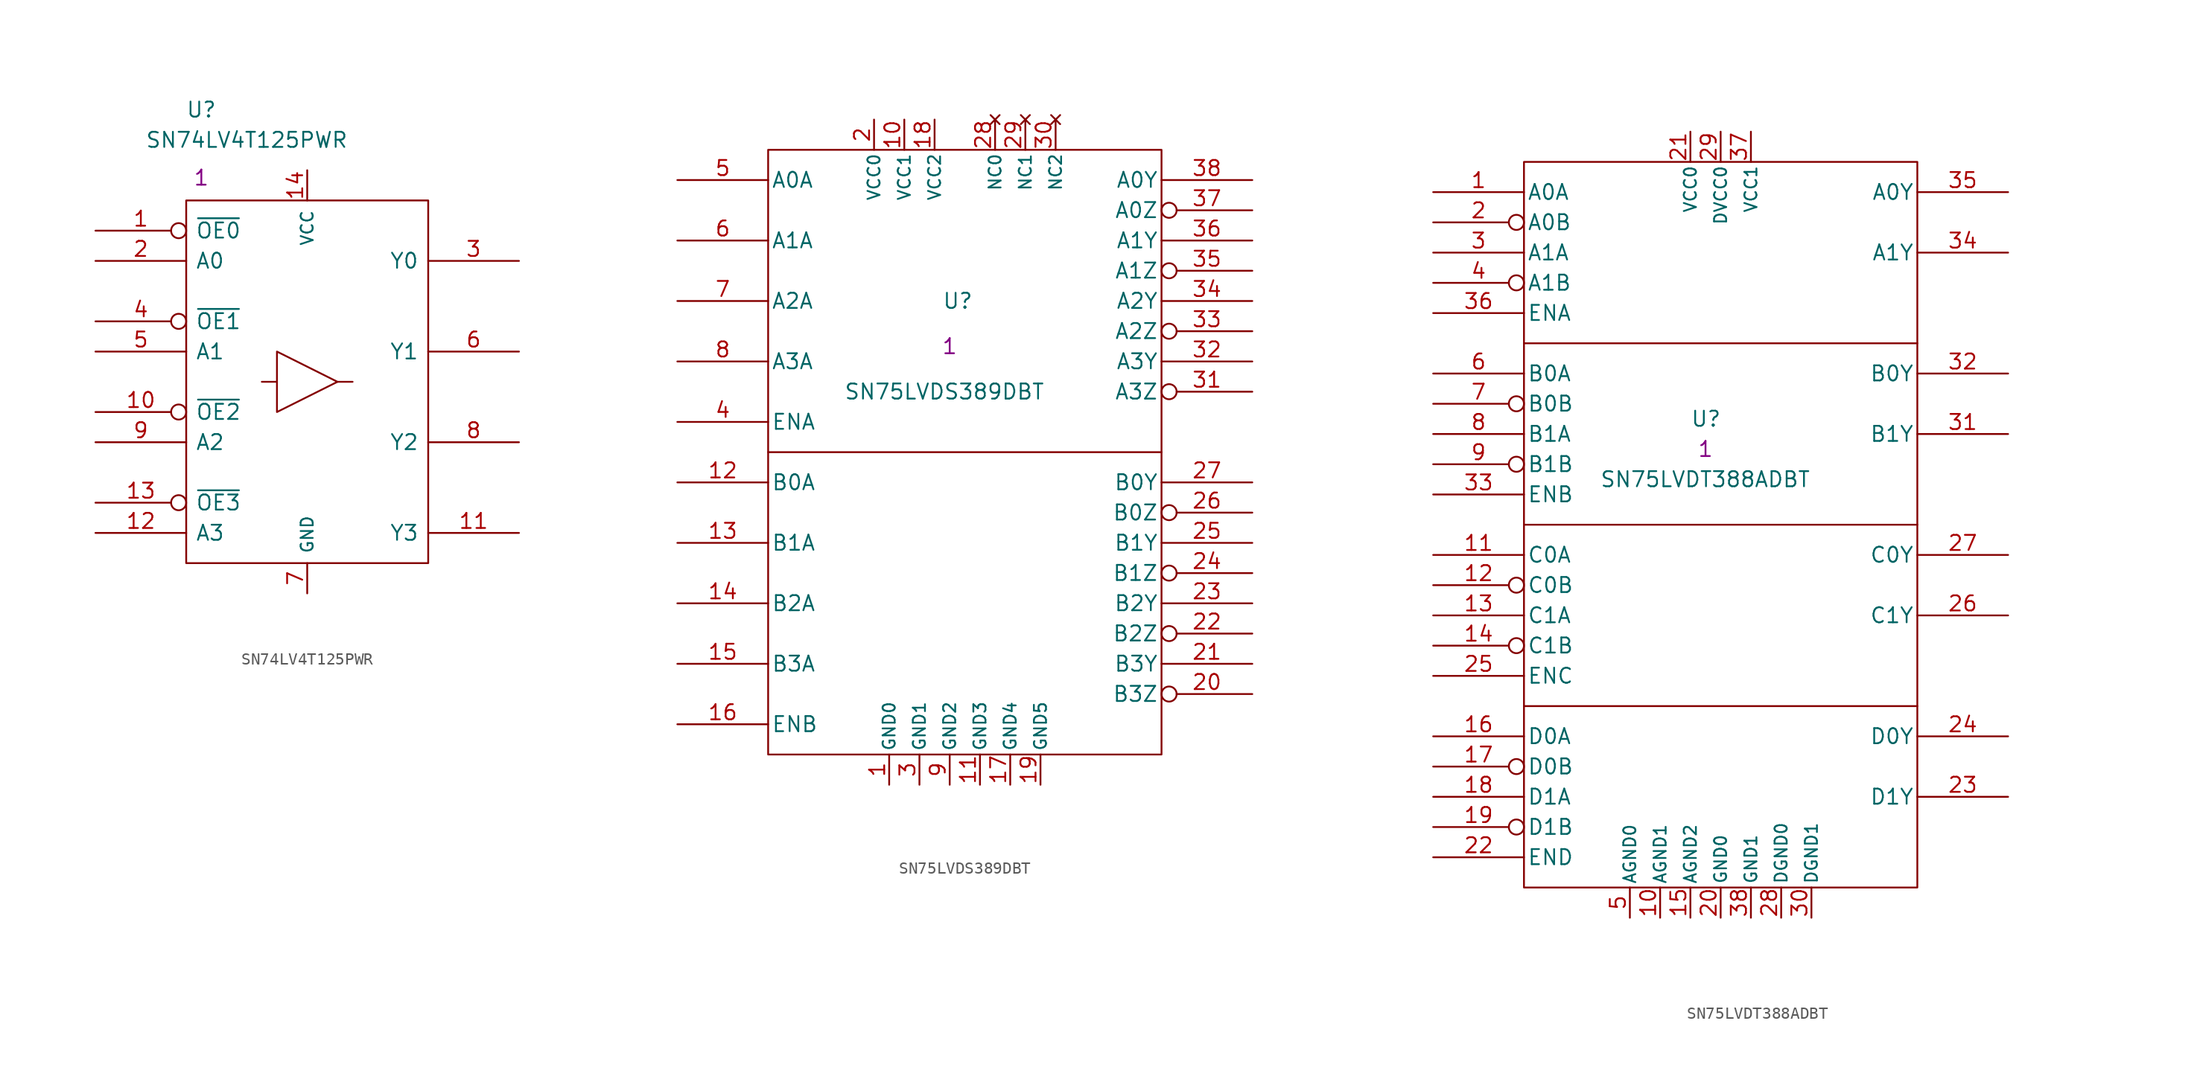
<source format=kicad_sym>
(kicad_symbol_lib
  (version 20211014)
  (generator kicad_symbol_editor)
  (symbol "SN74LV4T125PWR"
    (pin_names
      (offset 0.762))
    (property "Reference" "U"
      (at 8.89 10.16 0)
      (effects (font (size 1.27 1.27))))
    (property "Value" "SN74LV4T125PWR"
      (at 12.7 7.62 0)
      (effects (font (size 1.27 1.27))))
    (property "Datasheet" ""
      (at 0 -2.54 0)
      (effects (font (size 1.27 1.27))))
    (property "Qty" "1"
      (at 8.89 4.445 0)
      (effects (font (size 1.27 1.27))))
    (property "Height" ""
      (at 0 0 0)
      (effects (font (size 1.27 1.27))))
    (symbol "SN74LV4T125PWR_0_0"
      (pin power_in line (at 17.78 5.08 270) (length 2.54) (name "VCC" (effects (font (size 1.016 1.016)))) (number "14" (effects (font (size 1.27 1.27)))))
      (pin power_in line (at 17.78 -30.48 90) (length 2.54) (name "GND" (effects (font (size 1.016 1.016)))) (number "7" (effects (font (size 1.27 1.27))))))
    (symbol "SN74LV4T125PWR_0_1"
      (polyline (pts (xy 15.24 -12.7) (xy 13.97 -12.7)) (stroke (width 0) (type default) (color 0 0 0 0)) (fill (type none)))
      (polyline (pts (xy 20.32 -12.7) (xy 21.59 -12.7)) (stroke (width 0) (type default) (color 0 0 0 0)) (fill (type none)))
      (polyline (pts (xy 15.24 -10.16) (xy 15.24 -15.24) (xy 20.32 -12.7) (xy 15.24 -10.16)) (stroke (width 0) (type default) (color 0 0 0 0)) (fill (type none)))
      (rectangle (start 7.62 2.54) (end 27.94 -27.94) (stroke (width 0) (type default) (color 0 0 0 0)) (fill (type none))))
    (symbol "SN74LV4T125PWR_1_1"
      (pin input inverted (at 0 0 0) (length 7.62) (name "~{OE0}" (effects (font (size 1.27 1.27)))) (number "1" (effects (font (size 1.27 1.27)))))
      (pin input inverted (at 0 -15.24 0) (length 7.62) (name "~{OE2}" (effects (font (size 1.27 1.27)))) (number "10" (effects (font (size 1.27 1.27)))))
      (pin tri_state line (at 35.56 -25.4 180) (length 7.62) (name "Y3" (effects (font (size 1.27 1.27)))) (number "11" (effects (font (size 1.27 1.27)))))
      (pin input line (at 0 -25.4 0) (length 7.62) (name "A3" (effects (font (size 1.27 1.27)))) (number "12" (effects (font (size 1.27 1.27)))))
      (pin input inverted (at 0 -22.86 0) (length 7.62) (name "~{OE3}" (effects (font (size 1.27 1.27)))) (number "13" (effects (font (size 1.27 1.27)))))
      (pin input line (at 0 -2.54 0) (length 7.62) (name "A0" (effects (font (size 1.27 1.27)))) (number "2" (effects (font (size 1.27 1.27)))))
      (pin tri_state line (at 35.56 -2.54 180) (length 7.62) (name "Y0" (effects (font (size 1.27 1.27)))) (number "3" (effects (font (size 1.27 1.27)))))
      (pin input inverted (at 0 -7.62 0) (length 7.62) (name "~{OE1}" (effects (font (size 1.27 1.27)))) (number "4" (effects (font (size 1.27 1.27)))))
      (pin input line (at 0 -10.16 0) (length 7.62) (name "A1" (effects (font (size 1.27 1.27)))) (number "5" (effects (font (size 1.27 1.27)))))
      (pin tri_state line (at 35.56 -10.16 180) (length 7.62) (name "Y1" (effects (font (size 1.27 1.27)))) (number "6" (effects (font (size 1.27 1.27)))))
      (pin tri_state line (at 35.56 -17.78 180) (length 7.62) (name "Y2" (effects (font (size 1.27 1.27)))) (number "8" (effects (font (size 1.27 1.27)))))
      (pin input line (at 0 -17.78 0) (length 7.62) (name "A2" (effects (font (size 1.27 1.27)))) (number "9" (effects (font (size 1.27 1.27)))))))
  (symbol "SN75LVDS389DBT"
    (pin_names
      (offset 0.254))
    (property "Reference" "U"
      (at 22.225 -10.16 0)
      (effects (font (size 1.27 1.27)) (justify left)))
    (property "Value" "SN75LVDS389DBT"
      (at 13.97 -17.78 0)
      (effects (font (size 1.27 1.27)) (justify left)))
    (property "Datasheet" ""
      (at 0 0 0)
      (effects (font (size 1.27 1.27))))
    (property "Qty" "1"
      (at 22.86 -13.97 0)
      (effects (font (size 1.27 1.27))))
    (property "Height" ""
      (at 0 0 0)
      (effects (font (size 1.27 1.27))))
    (symbol "SN75LVDS389DBT_0_0"
      (pin power_in line (at 17.78 -50.8 90) (length 2.54) (name "GND0" (effects (font (size 1.016 1.016)))) (number "1" (effects (font (size 1.27 1.27)))))
      (pin power_in line (at 19.05 5.08 270) (length 2.54) (name "VCC1" (effects (font (size 1.016 1.016)))) (number "10" (effects (font (size 1.27 1.27)))))
      (pin power_in line (at 25.4 -50.8 90) (length 2.54) (name "GND3" (effects (font (size 1.016 1.016)))) (number "11" (effects (font (size 1.27 1.27)))))
      (pin power_in line (at 27.94 -50.8 90) (length 2.54) (name "GND4" (effects (font (size 1.016 1.016)))) (number "17" (effects (font (size 1.27 1.27)))))
      (pin power_in line (at 21.59 5.08 270) (length 2.54) (name "VCC2" (effects (font (size 1.016 1.016)))) (number "18" (effects (font (size 1.27 1.27)))))
      (pin power_in line (at 30.48 -50.8 90) (length 2.54) (name "GND5" (effects (font (size 1.016 1.016)))) (number "19" (effects (font (size 1.27 1.27)))))
      (pin power_in line (at 16.51 5.08 270) (length 2.54) (name "VCC0" (effects (font (size 1.016 1.016)))) (number "2" (effects (font (size 1.27 1.27)))))
      (pin no_connect line (at 26.67 5.08 270) (length 2.54) (name "NC0" (effects (font (size 1.016 1.016)))) (number "28" (effects (font (size 1.27 1.27)))))
      (pin no_connect line (at 29.21 5.08 270) (length 2.54) (name "NC1" (effects (font (size 1.016 1.016)))) (number "29" (effects (font (size 1.27 1.27)))))
      (pin power_in line (at 20.32 -50.8 90) (length 2.54) (name "GND1" (effects (font (size 1.016 1.016)))) (number "3" (effects (font (size 1.27 1.27)))))
      (pin no_connect line (at 31.75 5.08 270) (length 2.54) (name "NC2" (effects (font (size 1.016 1.016)))) (number "30" (effects (font (size 1.27 1.27)))))
      (pin power_in line (at 22.86 -50.8 90) (length 2.54) (name "GND2" (effects (font (size 1.016 1.016)))) (number "9" (effects (font (size 1.27 1.27))))))
    (symbol "SN75LVDS389DBT_0_1"
      (polyline (pts (xy 7.62 -22.86) (xy 40.64 -22.86)) (stroke (width 0) (type default) (color 0 0 0 0)) (fill (type none)))
      (rectangle (start 7.62 2.54) (end 40.64 -48.26) (stroke (width 0) (type default) (color 0 0 0 0)) (fill (type none))))
    (symbol "SN75LVDS389DBT_1_1"
      (pin input line (at 0 -25.4 0) (length 7.62) (name "B0A" (effects (font (size 1.27 1.27)))) (number "12" (effects (font (size 1.27 1.27)))))
      (pin input line (at 0 -30.48 0) (length 7.62) (name "B1A" (effects (font (size 1.27 1.27)))) (number "13" (effects (font (size 1.27 1.27)))))
      (pin input line (at 0 -35.56 0) (length 7.62) (name "B2A" (effects (font (size 1.27 1.27)))) (number "14" (effects (font (size 1.27 1.27)))))
      (pin input line (at 0 -40.64 0) (length 7.62) (name "B3A" (effects (font (size 1.27 1.27)))) (number "15" (effects (font (size 1.27 1.27)))))
      (pin input line (at 0 -45.72 0) (length 7.62) (name "ENB" (effects (font (size 1.27 1.27)))) (number "16" (effects (font (size 1.27 1.27)))))
      (pin tri_state inverted (at 48.26 -43.18 180) (length 7.62) (name "B3Z" (effects (font (size 1.27 1.27)))) (number "20" (effects (font (size 1.27 1.27)))))
      (pin tri_state line (at 48.26 -40.64 180) (length 7.62) (name "B3Y" (effects (font (size 1.27 1.27)))) (number "21" (effects (font (size 1.27 1.27)))))
      (pin tri_state inverted (at 48.26 -38.1 180) (length 7.62) (name "B2Z" (effects (font (size 1.27 1.27)))) (number "22" (effects (font (size 1.27 1.27)))))
      (pin tri_state line (at 48.26 -35.56 180) (length 7.62) (name "B2Y" (effects (font (size 1.27 1.27)))) (number "23" (effects (font (size 1.27 1.27)))))
      (pin tri_state inverted (at 48.26 -33.02 180) (length 7.62) (name "B1Z" (effects (font (size 1.27 1.27)))) (number "24" (effects (font (size 1.27 1.27)))))
      (pin tri_state line (at 48.26 -30.48 180) (length 7.62) (name "B1Y" (effects (font (size 1.27 1.27)))) (number "25" (effects (font (size 1.27 1.27)))))
      (pin tri_state inverted (at 48.26 -27.94 180) (length 7.62) (name "B0Z" (effects (font (size 1.27 1.27)))) (number "26" (effects (font (size 1.27 1.27)))))
      (pin tri_state line (at 48.26 -25.4 180) (length 7.62) (name "B0Y" (effects (font (size 1.27 1.27)))) (number "27" (effects (font (size 1.27 1.27)))))
      (pin tri_state inverted (at 48.26 -17.78 180) (length 7.62) (name "A3Z" (effects (font (size 1.27 1.27)))) (number "31" (effects (font (size 1.27 1.27)))))
      (pin tri_state line (at 48.26 -15.24 180) (length 7.62) (name "A3Y" (effects (font (size 1.27 1.27)))) (number "32" (effects (font (size 1.27 1.27)))))
      (pin tri_state inverted (at 48.26 -12.7 180) (length 7.62) (name "A2Z" (effects (font (size 1.27 1.27)))) (number "33" (effects (font (size 1.27 1.27)))))
      (pin tri_state line (at 48.26 -10.16 180) (length 7.62) (name "A2Y" (effects (font (size 1.27 1.27)))) (number "34" (effects (font (size 1.27 1.27)))))
      (pin tri_state inverted (at 48.26 -7.62 180) (length 7.62) (name "A1Z" (effects (font (size 1.27 1.27)))) (number "35" (effects (font (size 1.27 1.27)))))
      (pin tri_state line (at 48.26 -5.08 180) (length 7.62) (name "A1Y" (effects (font (size 1.27 1.27)))) (number "36" (effects (font (size 1.27 1.27)))))
      (pin tri_state inverted (at 48.26 -2.54 180) (length 7.62) (name "A0Z" (effects (font (size 1.27 1.27)))) (number "37" (effects (font (size 1.27 1.27)))))
      (pin tri_state line (at 48.26 0 180) (length 7.62) (name "A0Y" (effects (font (size 1.27 1.27)))) (number "38" (effects (font (size 1.27 1.27)))))
      (pin input line (at 0 -20.32 0) (length 7.62) (name "ENA" (effects (font (size 1.27 1.27)))) (number "4" (effects (font (size 1.27 1.27)))))
      (pin input line (at 0 0 0) (length 7.62) (name "A0A" (effects (font (size 1.27 1.27)))) (number "5" (effects (font (size 1.27 1.27)))))
      (pin input line (at 0 -5.08 0) (length 7.62) (name "A1A" (effects (font (size 1.27 1.27)))) (number "6" (effects (font (size 1.27 1.27)))))
      (pin input line (at 0 -10.16 0) (length 7.62) (name "A2A" (effects (font (size 1.27 1.27)))) (number "7" (effects (font (size 1.27 1.27)))))
      (pin input line (at 0 -15.24 0) (length 7.62) (name "A3A" (effects (font (size 1.27 1.27)))) (number "8" (effects (font (size 1.27 1.27)))))))
  (symbol "SN75LVDT388ADBT"
    (pin_names
      (offset 0.254))
    (property "Reference" "U"
      (at 21.59 -19.05 0)
      (effects (font (size 1.27 1.27)) (justify left)))
    (property "Value" "SN75LVDT388ADBT"
      (at 13.97 -24.13 0)
      (effects (font (size 1.27 1.27)) (justify left)))
    (property "Datasheet" ""
      (at 54.61 0 0)
      (effects (font (size 1.27 1.27))))
    (property "Qty" "1"
      (at 22.86 -21.59 0)
      (effects (font (size 1.27 1.27))))
    (property "Height" ""
      (at 0 0 0)
      (effects (font (size 1.27 1.27))))
    (symbol "SN75LVDT388ADBT_0_0"
      (pin power_in line (at 19.05 -60.96 90) (length 2.54) (name "AGND1" (effects (font (size 1.016 1.016)))) (number "10" (effects (font (size 1.27 1.27)))))
      (pin power_in line (at 21.59 -60.96 90) (length 2.54) (name "AGND2" (effects (font (size 1.016 1.016)))) (number "15" (effects (font (size 1.27 1.27)))))
      (pin power_in line (at 24.13 -60.96 90) (length 2.54) (name "GND0" (effects (font (size 1.016 1.016)))) (number "20" (effects (font (size 1.27 1.27)))))
      (pin power_in line (at 21.59 5.08 270) (length 2.54) (name "VCC0" (effects (font (size 1.016 1.016)))) (number "21" (effects (font (size 1.27 1.27)))))
      (pin power_in line (at 29.21 -60.96 90) (length 2.54) (name "DGND0" (effects (font (size 1.016 1.016)))) (number "28" (effects (font (size 1.27 1.27)))))
      (pin power_in line (at 24.13 5.08 270) (length 2.54) (name "DVCC0" (effects (font (size 1.016 1.016)))) (number "29" (effects (font (size 1.27 1.27)))))
      (pin power_in line (at 31.75 -60.96 90) (length 2.54) (name "DGND1" (effects (font (size 1.016 1.016)))) (number "30" (effects (font (size 1.27 1.27)))))
      (pin power_in line (at 26.67 5.08 270) (length 2.54) (name "VCC1" (effects (font (size 1.016 1.016)))) (number "37" (effects (font (size 1.27 1.27)))))
      (pin power_in line (at 26.67 -60.96 90) (length 2.54) (name "GND1" (effects (font (size 1.016 1.016)))) (number "38" (effects (font (size 1.27 1.27)))))
      (pin power_in line (at 16.51 -60.96 90) (length 2.54) (name "AGND0" (effects (font (size 1.016 1.016)))) (number "5" (effects (font (size 1.27 1.27))))))
    (symbol "SN75LVDT388ADBT_0_1"
      (polyline (pts (xy 7.62 -43.18) (xy 40.64 -43.18)) (stroke (width 0) (type default) (color 0 0 0 0)) (fill (type none)))
      (polyline (pts (xy 7.62 -27.94) (xy 40.64 -27.94)) (stroke (width 0) (type default) (color 0 0 0 0)) (fill (type none)))
      (polyline (pts (xy 7.62 -12.7) (xy 40.64 -12.7)) (stroke (width 0) (type default) (color 0 0 0 0)) (fill (type none)))
      (rectangle (start 7.62 2.54) (end 40.64 -58.42) (stroke (width 0) (type default) (color 0 0 0 0)) (fill (type none))))
    (symbol "SN75LVDT388ADBT_1_1"
      (pin input line (at 0 0 0) (length 7.62) (name "A0A" (effects (font (size 1.27 1.27)))) (number "1" (effects (font (size 1.27 1.27)))))
      (pin input line (at 0 -30.48 0) (length 7.62) (name "C0A" (effects (font (size 1.27 1.27)))) (number "11" (effects (font (size 1.27 1.27)))))
      (pin input inverted (at 0 -33.02 0) (length 7.62) (name "C0B" (effects (font (size 1.27 1.27)))) (number "12" (effects (font (size 1.27 1.27)))))
      (pin input line (at 0 -35.56 0) (length 7.62) (name "C1A" (effects (font (size 1.27 1.27)))) (number "13" (effects (font (size 1.27 1.27)))))
      (pin input inverted (at 0 -38.1 0) (length 7.62) (name "C1B" (effects (font (size 1.27 1.27)))) (number "14" (effects (font (size 1.27 1.27)))))
      (pin input line (at 0 -45.72 0) (length 7.62) (name "D0A" (effects (font (size 1.27 1.27)))) (number "16" (effects (font (size 1.27 1.27)))))
      (pin input inverted (at 0 -48.26 0) (length 7.62) (name "D0B" (effects (font (size 1.27 1.27)))) (number "17" (effects (font (size 1.27 1.27)))))
      (pin input line (at 0 -50.8 0) (length 7.62) (name "D1A" (effects (font (size 1.27 1.27)))) (number "18" (effects (font (size 1.27 1.27)))))
      (pin input inverted (at 0 -53.34 0) (length 7.62) (name "D1B" (effects (font (size 1.27 1.27)))) (number "19" (effects (font (size 1.27 1.27)))))
      (pin input inverted (at 0 -2.54 0) (length 7.62) (name "A0B" (effects (font (size 1.27 1.27)))) (number "2" (effects (font (size 1.27 1.27)))))
      (pin input line (at 0 -55.88 0) (length 7.62) (name "END" (effects (font (size 1.27 1.27)))) (number "22" (effects (font (size 1.27 1.27)))))
      (pin tri_state line (at 48.26 -50.8 180) (length 7.62) (name "D1Y" (effects (font (size 1.27 1.27)))) (number "23" (effects (font (size 1.27 1.27)))))
      (pin tri_state line (at 48.26 -45.72 180) (length 7.62) (name "D0Y" (effects (font (size 1.27 1.27)))) (number "24" (effects (font (size 1.27 1.27)))))
      (pin input line (at 0 -40.64 0) (length 7.62) (name "ENC" (effects (font (size 1.27 1.27)))) (number "25" (effects (font (size 1.27 1.27)))))
      (pin tri_state line (at 48.26 -35.56 180) (length 7.62) (name "C1Y" (effects (font (size 1.27 1.27)))) (number "26" (effects (font (size 1.27 1.27)))))
      (pin tri_state line (at 48.26 -30.48 180) (length 7.62) (name "C0Y" (effects (font (size 1.27 1.27)))) (number "27" (effects (font (size 1.27 1.27)))))
      (pin input line (at 0 -5.08 0) (length 7.62) (name "A1A" (effects (font (size 1.27 1.27)))) (number "3" (effects (font (size 1.27 1.27)))))
      (pin tri_state line (at 48.26 -20.32 180) (length 7.62) (name "B1Y" (effects (font (size 1.27 1.27)))) (number "31" (effects (font (size 1.27 1.27)))))
      (pin tri_state line (at 48.26 -15.24 180) (length 7.62) (name "B0Y" (effects (font (size 1.27 1.27)))) (number "32" (effects (font (size 1.27 1.27)))))
      (pin input line (at 0 -25.4 0) (length 7.62) (name "ENB" (effects (font (size 1.27 1.27)))) (number "33" (effects (font (size 1.27 1.27)))))
      (pin tri_state line (at 48.26 -5.08 180) (length 7.62) (name "A1Y" (effects (font (size 1.27 1.27)))) (number "34" (effects (font (size 1.27 1.27)))))
      (pin tri_state line (at 48.26 0 180) (length 7.62) (name "A0Y" (effects (font (size 1.27 1.27)))) (number "35" (effects (font (size 1.27 1.27)))))
      (pin input line (at 0 -10.16 0) (length 7.62) (name "ENA" (effects (font (size 1.27 1.27)))) (number "36" (effects (font (size 1.27 1.27)))))
      (pin input inverted (at 0 -7.62 0) (length 7.62) (name "A1B" (effects (font (size 1.27 1.27)))) (number "4" (effects (font (size 1.27 1.27)))))
      (pin input line (at 0 -15.24 0) (length 7.62) (name "B0A" (effects (font (size 1.27 1.27)))) (number "6" (effects (font (size 1.27 1.27)))))
      (pin input inverted (at 0 -17.78 0) (length 7.62) (name "B0B" (effects (font (size 1.27 1.27)))) (number "7" (effects (font (size 1.27 1.27)))))
      (pin input line (at 0 -20.32 0) (length 7.62) (name "B1A" (effects (font (size 1.27 1.27)))) (number "8" (effects (font (size 1.27 1.27)))))
      (pin input inverted (at 0 -22.86 0) (length 7.62) (name "B1B" (effects (font (size 1.27 1.27)))) (number "9" (effects (font (size 1.27 1.27))))))))
</source>
